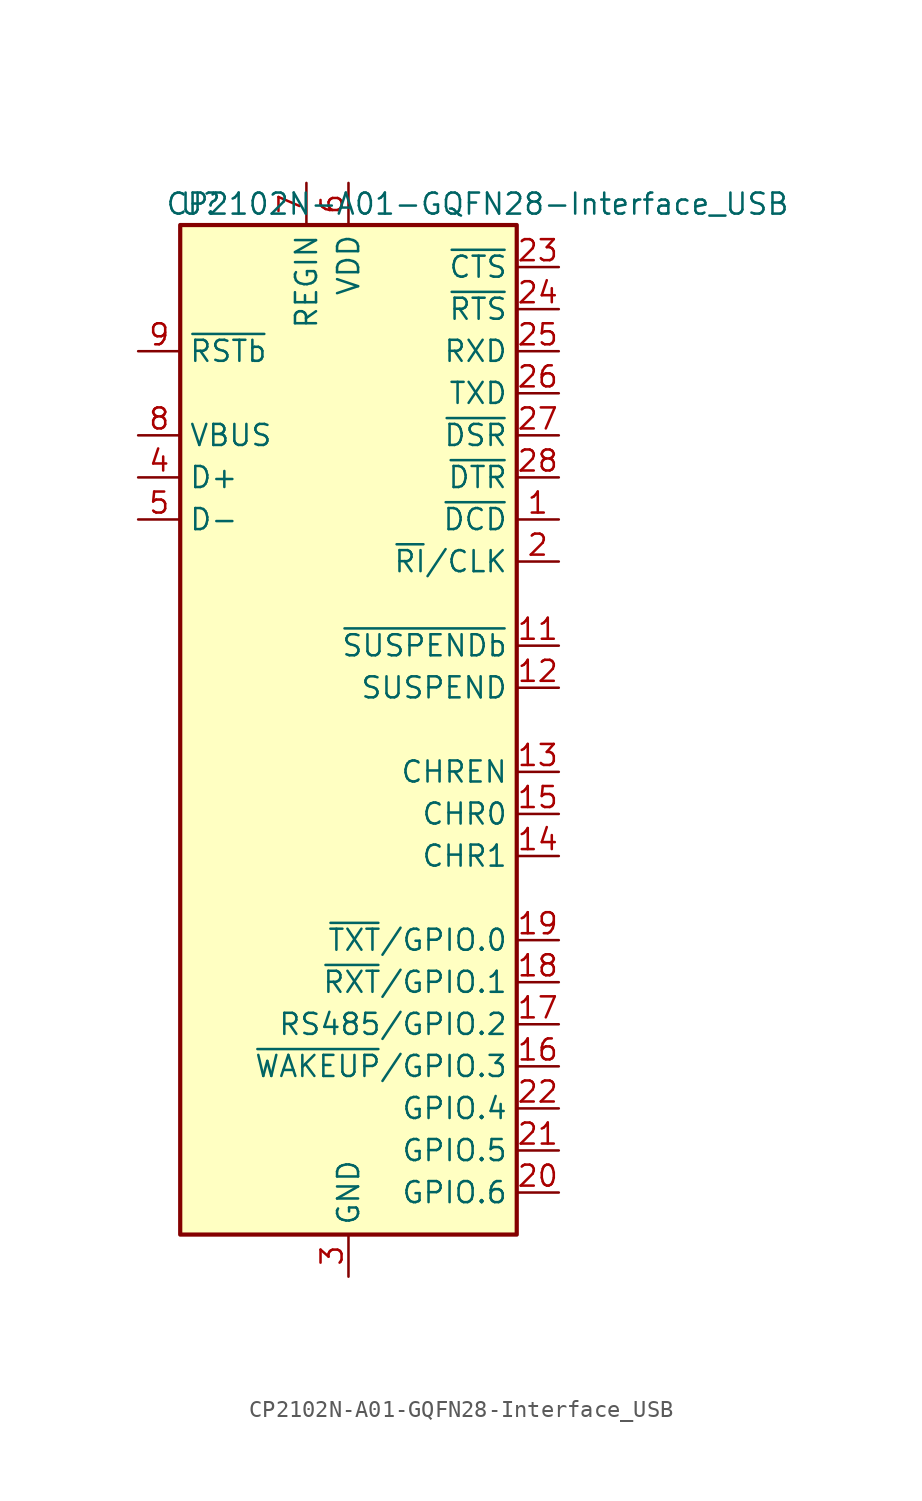
<source format=kicad_sym>
(kicad_symbol_lib
  (version 20211014)
  (generator kicad_symbol_editor)
  (symbol "CP2102N-A01-GQFN28-Interface_USB"
    (property "Reference" "U"
      (at -7.62 31.75 0)
      (effects (font (size 1.27 1.27)) (justify right)))
    (property "Value" "CP2102N-A01-GQFN28-Interface_USB"
      (at 26.67 31.75 0)
      (effects (font (size 1.27 1.27)) (justify right)))
    (symbol "CP2102N-A01-GQFN28-Interface_USB_0_1"
      (rectangle (start -10.16 30.48) (end 10.16 -30.48) (stroke (width 0.254) (type default) (color 0 0 0 0)) (fill (type background))))
    (symbol "CP2102N-A01-GQFN28-Interface_USB_1_1"
      (pin input line (at 12.7 12.7 180) (length 2.54) (name "~{DCD}" (effects (font (size 1.27 1.27)))) (number "1" (effects (font (size 1.27 1.27)))))
      (pin no_connect line (at -10.16 -10.16 0) (length 2.54) hide (name "NC" (effects (font (size 1.27 1.27)))) (number "10" (effects (font (size 1.27 1.27)))))
      (pin output line (at 12.7 5.08 180) (length 2.54) (name "~{SUSPENDb}" (effects (font (size 1.27 1.27)))) (number "11" (effects (font (size 1.27 1.27)))))
      (pin output line (at 12.7 2.54 180) (length 2.54) (name "SUSPEND" (effects (font (size 1.27 1.27)))) (number "12" (effects (font (size 1.27 1.27)))))
      (pin output line (at 12.7 -2.54 180) (length 2.54) (name "CHREN" (effects (font (size 1.27 1.27)))) (number "13" (effects (font (size 1.27 1.27)))))
      (pin output line (at 12.7 -7.62 180) (length 2.54) (name "CHR1" (effects (font (size 1.27 1.27)))) (number "14" (effects (font (size 1.27 1.27)))))
      (pin output line (at 12.7 -5.08 180) (length 2.54) (name "CHR0" (effects (font (size 1.27 1.27)))) (number "15" (effects (font (size 1.27 1.27)))))
      (pin bidirectional line (at 12.7 -20.32 180) (length 2.54) (name "~{WAKEUP}/GPIO.3" (effects (font (size 1.27 1.27)))) (number "16" (effects (font (size 1.27 1.27)))))
      (pin bidirectional line (at 12.7 -17.78 180) (length 2.54) (name "RS485/GPIO.2" (effects (font (size 1.27 1.27)))) (number "17" (effects (font (size 1.27 1.27)))))
      (pin bidirectional line (at 12.7 -15.24 180) (length 2.54) (name "~{RXT}/GPIO.1" (effects (font (size 1.27 1.27)))) (number "18" (effects (font (size 1.27 1.27)))))
      (pin bidirectional line (at 12.7 -12.7 180) (length 2.54) (name "~{TXT}/GPIO.0" (effects (font (size 1.27 1.27)))) (number "19" (effects (font (size 1.27 1.27)))))
      (pin bidirectional line (at 12.7 10.16 180) (length 2.54) (name "~{RI}/CLK" (effects (font (size 1.27 1.27)))) (number "2" (effects (font (size 1.27 1.27)))))
      (pin bidirectional line (at 12.7 -27.94 180) (length 2.54) (name "GPIO.6" (effects (font (size 1.27 1.27)))) (number "20" (effects (font (size 1.27 1.27)))))
      (pin bidirectional line (at 12.7 -25.4 180) (length 2.54) (name "GPIO.5" (effects (font (size 1.27 1.27)))) (number "21" (effects (font (size 1.27 1.27)))))
      (pin bidirectional line (at 12.7 -22.86 180) (length 2.54) (name "GPIO.4" (effects (font (size 1.27 1.27)))) (number "22" (effects (font (size 1.27 1.27)))))
      (pin input line (at 12.7 27.94 180) (length 2.54) (name "~{CTS}" (effects (font (size 1.27 1.27)))) (number "23" (effects (font (size 1.27 1.27)))))
      (pin output line (at 12.7 25.4 180) (length 2.54) (name "~{RTS}" (effects (font (size 1.27 1.27)))) (number "24" (effects (font (size 1.27 1.27)))))
      (pin input line (at 12.7 22.86 180) (length 2.54) (name "RXD" (effects (font (size 1.27 1.27)))) (number "25" (effects (font (size 1.27 1.27)))))
      (pin output line (at 12.7 20.32 180) (length 2.54) (name "TXD" (effects (font (size 1.27 1.27)))) (number "26" (effects (font (size 1.27 1.27)))))
      (pin input line (at 12.7 17.78 180) (length 2.54) (name "~{DSR}" (effects (font (size 1.27 1.27)))) (number "27" (effects (font (size 1.27 1.27)))))
      (pin output line (at 12.7 15.24 180) (length 2.54) (name "~{DTR}" (effects (font (size 1.27 1.27)))) (number "28" (effects (font (size 1.27 1.27)))))
      (pin passive line (at 0 -33.02 90) (length 2.54) hide (name "GND" (effects (font (size 1.27 1.27)))) (number "29" (effects (font (size 1.27 1.27)))))
      (pin power_in line (at 0 -33.02 90) (length 2.54) (name "GND" (effects (font (size 1.27 1.27)))) (number "3" (effects (font (size 1.27 1.27)))))
      (pin bidirectional line (at -12.7 15.24 0) (length 2.54) (name "D+" (effects (font (size 1.27 1.27)))) (number "4" (effects (font (size 1.27 1.27)))))
      (pin bidirectional line (at -12.7 12.7 0) (length 2.54) (name "D-" (effects (font (size 1.27 1.27)))) (number "5" (effects (font (size 1.27 1.27)))))
      (pin passive line (at 0 33.02 270) (length 2.54) (name "VDD" (effects (font (size 1.27 1.27)))) (number "6" (effects (font (size 1.27 1.27)))))
      (pin power_in line (at -2.54 33.02 270) (length 2.54) (name "REGIN" (effects (font (size 1.27 1.27)))) (number "7" (effects (font (size 1.27 1.27)))))
      (pin input line (at -12.7 17.78 0) (length 2.54) (name "VBUS" (effects (font (size 1.27 1.27)))) (number "8" (effects (font (size 1.27 1.27)))))
      (pin input line (at -12.7 22.86 0) (length 2.54) (name "~{RSTb}" (effects (font (size 1.27 1.27)))) (number "9" (effects (font (size 1.27 1.27))))))))
</source>
